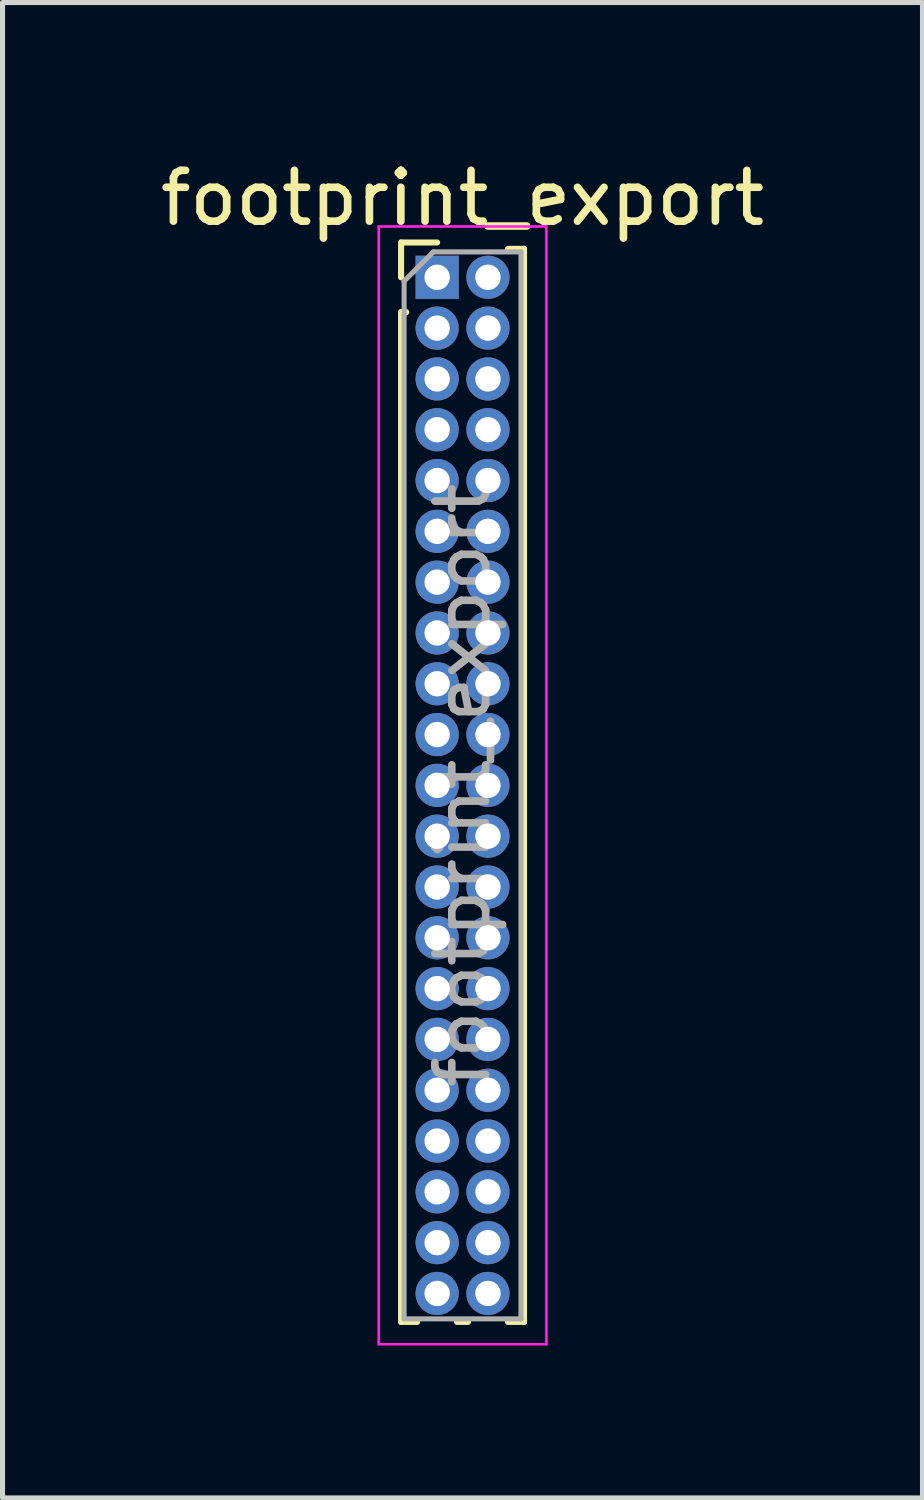
<source format=kicad_pcb>
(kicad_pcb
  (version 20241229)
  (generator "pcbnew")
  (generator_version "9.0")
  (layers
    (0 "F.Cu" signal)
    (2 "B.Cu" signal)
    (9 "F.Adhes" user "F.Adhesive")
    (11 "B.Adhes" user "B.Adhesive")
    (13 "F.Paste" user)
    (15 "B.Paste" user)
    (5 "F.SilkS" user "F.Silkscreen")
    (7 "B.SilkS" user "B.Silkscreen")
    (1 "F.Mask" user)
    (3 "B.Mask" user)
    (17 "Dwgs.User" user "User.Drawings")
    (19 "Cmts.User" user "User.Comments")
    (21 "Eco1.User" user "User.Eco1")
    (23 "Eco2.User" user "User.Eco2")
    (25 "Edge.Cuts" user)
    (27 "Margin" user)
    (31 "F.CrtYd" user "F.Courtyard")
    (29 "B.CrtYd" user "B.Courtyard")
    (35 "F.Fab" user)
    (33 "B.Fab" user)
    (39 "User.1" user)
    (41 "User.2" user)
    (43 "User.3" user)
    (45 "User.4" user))
  (footprint "footprint_export"
    (layer "F.Cu")
    (at 5.554 2.408)
    (property "Reference" "footprint_export" (at 0.5 -1.56 0) (layer "F.SilkS") (effects (font (size 1 1) (thickness 0.15))))
    (attr through_hole)
    (fp_line (start -0.71 -0.685) (end 0 -0.685) (stroke (width 0.12) (type solid)) (layer "F.SilkS"))
    (fp_line (start -0.71 0) (end -0.71 -0.685) (stroke (width 0.12) (type solid)) (layer "F.SilkS"))
    (fp_line (start -0.71 0.685) (end -0.71 20.56) (stroke (width 0.12) (type solid)) (layer "F.SilkS"))
    (fp_line (start -0.71 0.685) (end -0.608 0.685) (stroke (width 0.12) (type solid)) (layer "F.SilkS"))
    (fp_line (start -0.71 20.56) (end -0.394 20.56) (stroke (width 0.12) (type solid)) (layer "F.SilkS"))
    (fp_line (start 0.394 20.56) (end 0.606 20.56) (stroke (width 0.12) (type solid)) (layer "F.SilkS"))
    (fp_line (start 1.394 -0.56) (end 1.71 -0.56) (stroke (width 0.12) (type solid)) (layer "F.SilkS"))
    (fp_line (start 1.394 20.56) (end 1.71 20.56) (stroke (width 0.12) (type solid)) (layer "F.SilkS"))
    (fp_line (start 1.71 -0.56) (end 1.71 20.56) (stroke (width 0.12) (type solid)) (layer "F.SilkS"))
    (fp_line (start -1.15 -1) (end -1.15 21) (stroke (width 0.05) (type solid)) (layer "F.CrtYd"))
    (fp_line (start -1.15 21) (end 2.15 21) (stroke (width 0.05) (type solid)) (layer "F.CrtYd"))
    (fp_line (start 2.15 -1) (end -1.15 -1) (stroke (width 0.05) (type solid)) (layer "F.CrtYd"))
    (fp_line (start 2.15 21) (end 2.15 -1) (stroke (width 0.05) (type solid)) (layer "F.CrtYd"))
    (fp_line (start -0.65 0.075) (end -0.075 -0.5) (stroke (width 0.1) (type solid)) (layer "F.Fab"))
    (fp_line (start -0.65 20.5) (end -0.65 0.075) (stroke (width 0.1) (type solid)) (layer "F.Fab"))
    (fp_line (start -0.075 -0.5) (end 1.65 -0.5) (stroke (width 0.1) (type solid)) (layer "F.Fab"))
    (fp_line (start 1.65 -0.5) (end 1.65 20.5) (stroke (width 0.1) (type solid)) (layer "F.Fab"))
    (fp_line (start 1.65 20.5) (end -0.65 20.5) (stroke (width 0.1) (type solid)) (layer "F.Fab"))
    (fp_text user "${REFERENCE}" (at 0.5 10 90) (layer "F.Fab") (effects (font (size 1 1) (thickness 0.15))))
    (pad "1" thru_hole rect (at 0 0) (size 0.85 0.85) (drill 0.5) (layers "*.Cu" "*.Mask"))
    (pad "2" thru_hole oval (at 1 0) (size 0.85 0.85) (drill 0.5) (layers "*.Cu" "*.Mask"))
    (pad "3" thru_hole oval (at 0 1) (size 0.85 0.85) (drill 0.5) (layers "*.Cu" "*.Mask"))
    (pad "4" thru_hole oval (at 1 1) (size 0.85 0.85) (drill 0.5) (layers "*.Cu" "*.Mask"))
    (pad "5" thru_hole oval (at 0 2) (size 0.85 0.85) (drill 0.5) (layers "*.Cu" "*.Mask"))
    (pad "6" thru_hole oval (at 1 2) (size 0.85 0.85) (drill 0.5) (layers "*.Cu" "*.Mask"))
    (pad "7" thru_hole oval (at 0 3) (size 0.85 0.85) (drill 0.5) (layers "*.Cu" "*.Mask"))
    (pad "8" thru_hole oval (at 1 3) (size 0.85 0.85) (drill 0.5) (layers "*.Cu" "*.Mask"))
    (pad "9" thru_hole oval (at 0 4) (size 0.85 0.85) (drill 0.5) (layers "*.Cu" "*.Mask"))
    (pad "10" thru_hole oval (at 1 4) (size 0.85 0.85) (drill 0.5) (layers "*.Cu" "*.Mask"))
    (pad "11" thru_hole oval (at 0 5) (size 0.85 0.85) (drill 0.5) (layers "*.Cu" "*.Mask"))
    (pad "12" thru_hole oval (at 1 5) (size 0.85 0.85) (drill 0.5) (layers "*.Cu" "*.Mask"))
    (pad "13" thru_hole oval (at 0 6) (size 0.85 0.85) (drill 0.5) (layers "*.Cu" "*.Mask"))
    (pad "14" thru_hole oval (at 1 6) (size 0.85 0.85) (drill 0.5) (layers "*.Cu" "*.Mask"))
    (pad "15" thru_hole oval (at 0 7) (size 0.85 0.85) (drill 0.5) (layers "*.Cu" "*.Mask"))
    (pad "16" thru_hole oval (at 1 7) (size 0.85 0.85) (drill 0.5) (layers "*.Cu" "*.Mask"))
    (pad "17" thru_hole oval (at 0 8) (size 0.85 0.85) (drill 0.5) (layers "*.Cu" "*.Mask"))
    (pad "18" thru_hole oval (at 1 8) (size 0.85 0.85) (drill 0.5) (layers "*.Cu" "*.Mask"))
    (pad "19" thru_hole oval (at 0 9) (size 0.85 0.85) (drill 0.5) (layers "*.Cu" "*.Mask"))
    (pad "20" thru_hole oval (at 1 9) (size 0.85 0.85) (drill 0.5) (layers "*.Cu" "*.Mask"))
    (pad "21" thru_hole oval (at 0 10) (size 0.85 0.85) (drill 0.5) (layers "*.Cu" "*.Mask"))
    (pad "22" thru_hole oval (at 1 10) (size 0.85 0.85) (drill 0.5) (layers "*.Cu" "*.Mask"))
    (pad "23" thru_hole oval (at 0 11) (size 0.85 0.85) (drill 0.5) (layers "*.Cu" "*.Mask"))
    (pad "24" thru_hole oval (at 1 11) (size 0.85 0.85) (drill 0.5) (layers "*.Cu" "*.Mask"))
    (pad "25" thru_hole oval (at 0 12) (size 0.85 0.85) (drill 0.5) (layers "*.Cu" "*.Mask"))
    (pad "26" thru_hole oval (at 1 12) (size 0.85 0.85) (drill 0.5) (layers "*.Cu" "*.Mask"))
    (pad "27" thru_hole oval (at 0 13) (size 0.85 0.85) (drill 0.5) (layers "*.Cu" "*.Mask"))
    (pad "28" thru_hole oval (at 1 13) (size 0.85 0.85) (drill 0.5) (layers "*.Cu" "*.Mask"))
    (pad "29" thru_hole oval (at 0 14) (size 0.85 0.85) (drill 0.5) (layers "*.Cu" "*.Mask"))
    (pad "30" thru_hole oval (at 1 14) (size 0.85 0.85) (drill 0.5) (layers "*.Cu" "*.Mask"))
    (pad "31" thru_hole oval (at 0 15) (size 0.85 0.85) (drill 0.5) (layers "*.Cu" "*.Mask"))
    (pad "32" thru_hole oval (at 1 15) (size 0.85 0.85) (drill 0.5) (layers "*.Cu" "*.Mask"))
    (pad "33" thru_hole oval (at 0 16) (size 0.85 0.85) (drill 0.5) (layers "*.Cu" "*.Mask"))
    (pad "34" thru_hole oval (at 1 16) (size 0.85 0.85) (drill 0.5) (layers "*.Cu" "*.Mask"))
    (pad "35" thru_hole oval (at 0 17) (size 0.85 0.85) (drill 0.5) (layers "*.Cu" "*.Mask"))
    (pad "36" thru_hole oval (at 1 17) (size 0.85 0.85) (drill 0.5) (layers "*.Cu" "*.Mask"))
    (pad "37" thru_hole oval (at 0 18) (size 0.85 0.85) (drill 0.5) (layers "*.Cu" "*.Mask"))
    (pad "38" thru_hole oval (at 1 18) (size 0.85 0.85) (drill 0.5) (layers "*.Cu" "*.Mask"))
    (pad "39" thru_hole oval (at 0 19) (size 0.85 0.85) (drill 0.5) (layers "*.Cu" "*.Mask"))
    (pad "40" thru_hole oval (at 1 19) (size 0.85 0.85) (drill 0.5) (layers "*.Cu" "*.Mask"))
    (pad "41" thru_hole oval (at 0 20) (size 0.85 0.85) (drill 0.5) (layers "*.Cu" "*.Mask"))
    (pad "42" thru_hole oval (at 1 20) (size 0.85 0.85) (drill 0.5) (layers "*.Cu" "*.Mask")))
  (gr_rect
    (start -3 -3)
    (end 15.107 26.433)
    (stroke (width 0.1) (type default))
    (fill no)
    (layer "Edge.Cuts")))
</source>
